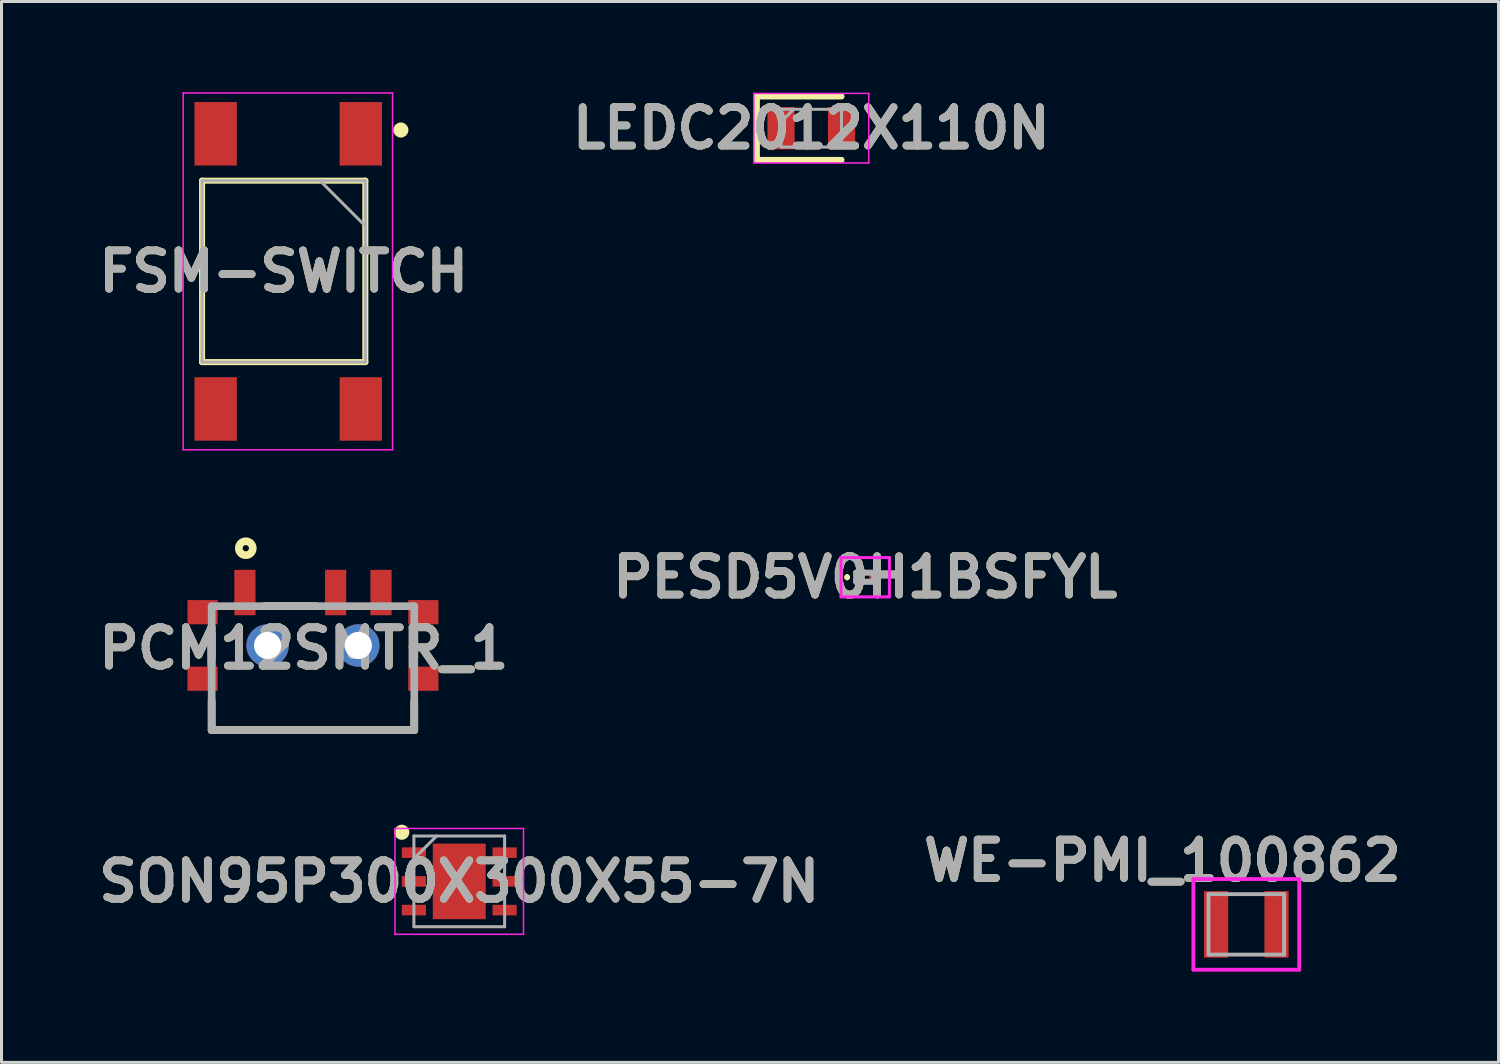
<source format=kicad_pcb>
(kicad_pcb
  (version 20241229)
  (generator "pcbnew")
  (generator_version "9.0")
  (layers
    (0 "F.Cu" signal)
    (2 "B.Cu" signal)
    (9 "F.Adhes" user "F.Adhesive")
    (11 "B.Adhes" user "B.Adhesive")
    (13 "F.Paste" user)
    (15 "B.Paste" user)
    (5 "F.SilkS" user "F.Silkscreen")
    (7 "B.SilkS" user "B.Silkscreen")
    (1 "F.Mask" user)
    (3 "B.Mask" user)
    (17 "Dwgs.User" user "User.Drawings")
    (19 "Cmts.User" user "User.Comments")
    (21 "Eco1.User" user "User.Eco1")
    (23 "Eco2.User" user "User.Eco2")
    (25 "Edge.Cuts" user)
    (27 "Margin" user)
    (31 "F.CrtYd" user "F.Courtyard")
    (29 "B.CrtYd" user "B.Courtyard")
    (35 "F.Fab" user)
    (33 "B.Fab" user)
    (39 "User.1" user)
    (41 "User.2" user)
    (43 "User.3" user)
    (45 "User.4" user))
  (footprint "SON95P300X300X55-7N"
    (layer "F.Cu")
    (at 12.138 26.098)
    (property "Reference" "SON95P300X300X55-7N" (at 0 0 0) (layer "F.SilkS") (effects (font (size 1.27 1.27) (thickness 0.254))))
    (attr smd)
    (fp_circle (center -1.9 -1.625) (end -1.9 -1.5) (stroke (width 0.25) (type solid)) (fill no) (layer "F.SilkS"))
    (fp_line (start -2.125 -1.75) (end 2.125 -1.75) (stroke (width 0.05) (type solid)) (layer "F.CrtYd"))
    (fp_line (start -2.125 1.75) (end -2.125 -1.75) (stroke (width 0.05) (type solid)) (layer "F.CrtYd"))
    (fp_line (start 2.125 -1.75) (end 2.125 1.75) (stroke (width 0.05) (type solid)) (layer "F.CrtYd"))
    (fp_line (start 2.125 1.75) (end -2.125 1.75) (stroke (width 0.05) (type solid)) (layer "F.CrtYd"))
    (fp_line (start -1.5 -1.5) (end 1.5 -1.5) (stroke (width 0.1) (type solid)) (layer "F.Fab"))
    (fp_line (start -1.5 -0.75) (end -0.75 -1.5) (stroke (width 0.1) (type solid)) (layer "F.Fab"))
    (fp_line (start -1.5 1.5) (end -1.5 -1.5) (stroke (width 0.1) (type solid)) (layer "F.Fab"))
    (fp_line (start 1.5 -1.5) (end 1.5 1.5) (stroke (width 0.1) (type solid)) (layer "F.Fab"))
    (fp_line (start 1.5 1.5) (end -1.5 1.5) (stroke (width 0.1) (type solid)) (layer "F.Fab"))
    (fp_text user "${REFERENCE}" (at 0 0 0) (layer "F.Fab") (effects (font (size 1.27 1.27) (thickness 0.254))))
    (pad "1" smd rect (at -1.5 -0.95 90) (size 0.35 0.8) (layers "F.Cu" "F.Mask" "F.Paste"))
    (pad "2" smd rect (at -1.5 0 90) (size 0.35 0.8) (layers "F.Cu" "F.Mask" "F.Paste"))
    (pad "3" smd rect (at -1.5 0.95 90) (size 0.35 0.8) (layers "F.Cu" "F.Mask" "F.Paste"))
    (pad "4" smd rect (at 1.5 0.95 90) (size 0.35 0.8) (layers "F.Cu" "F.Mask" "F.Paste"))
    (pad "5" smd rect (at 1.5 0 90) (size 0.35 0.8) (layers "F.Cu" "F.Mask" "F.Paste"))
    (pad "6" smd rect (at 1.5 -0.95 90) (size 0.35 0.8) (layers "F.Cu" "F.Mask" "F.Paste"))
    (pad "7" smd rect (at 0 0) (size 1.75 2.5) (layers "F.Cu" "F.Mask" "F.Paste")))
  (footprint "LEDC2012X110N"
    (layer "F.Cu")
    (at 23.78 1.189)
    (property "Reference" "LEDC2012X110N" (at 0 0 0) (layer "F.SilkS") (effects (font (size 1.27 1.27) (thickness 0.254))))
    (attr smd)
    (fp_line (start -1.8 -1.05) (end -1.8 1.05) (stroke (width 0.2) (type solid)) (layer "F.SilkS"))
    (fp_line (start -1.8 1.05) (end 1 1.05) (stroke (width 0.2) (type solid)) (layer "F.SilkS"))
    (fp_line (start 1 -1.05) (end -1.8 -1.05) (stroke (width 0.2) (type solid)) (layer "F.SilkS"))
    (fp_line (start -1.9 -1.15) (end 1.9 -1.15) (stroke (width 0.05) (type solid)) (layer "F.CrtYd"))
    (fp_line (start -1.9 1.15) (end -1.9 -1.15) (stroke (width 0.05) (type solid)) (layer "F.CrtYd"))
    (fp_line (start 1.9 -1.15) (end 1.9 1.15) (stroke (width 0.05) (type solid)) (layer "F.CrtYd"))
    (fp_line (start 1.9 1.15) (end -1.9 1.15) (stroke (width 0.05) (type solid)) (layer "F.CrtYd"))
    (fp_line (start -1 -0.625) (end 1 -0.625) (stroke (width 0.1) (type solid)) (layer "F.Fab"))
    (fp_line (start -1 -0.208) (end -0.583 -0.625) (stroke (width 0.1) (type solid)) (layer "F.Fab"))
    (fp_line (start -1 0.625) (end -1 -0.625) (stroke (width 0.1) (type solid)) (layer "F.Fab"))
    (fp_line (start 1 -0.625) (end 1 0.625) (stroke (width 0.1) (type solid)) (layer "F.Fab"))
    (fp_line (start 1 0.625) (end -1 0.625) (stroke (width 0.1) (type solid)) (layer "F.Fab"))
    (fp_text user "${REFERENCE}" (at 0 0 0) (layer "F.Fab") (effects (font (size 1.27 1.27) (thickness 0.254))))
    (pad "1" smd rect (at -1 0) (size 0.9 1.4) (layers "F.Cu" "F.Mask" "F.Paste"))
    (pad "2" smd rect (at 1 0) (size 0.9 1.4) (layers "F.Cu" "F.Mask" "F.Paste")))
  (footprint "WE-PMI_100862"
    (layer "F.Cu")
    (at 38.166 27.52)
    (property "Reference" "WE-PMI_100862" (at -2.775 -2.108 0) (layer "F.SilkS") (effects (font (size 1.27 1.27) (thickness 0.254))))
    (attr smd)
    (fp_line (start -1.75 -1.5) (end -1.75 1.5) (stroke (width 0.127) (type solid)) (layer "F.CrtYd"))
    (fp_line (start -1.75 1.5) (end 1.75 1.5) (stroke (width 0.127) (type solid)) (layer "F.CrtYd"))
    (fp_line (start 1.75 -1.5) (end -1.75 -1.5) (stroke (width 0.127) (type solid)) (layer "F.CrtYd"))
    (fp_line (start 1.75 1.5) (end 1.75 -1.5) (stroke (width 0.127) (type solid)) (layer "F.CrtYd"))
    (fp_line (start -1.25 -1) (end -1.25 1) (stroke (width 0.127) (type solid)) (layer "F.Fab"))
    (fp_line (start -1.25 1) (end 1.25 1) (stroke (width 0.127) (type solid)) (layer "F.Fab"))
    (fp_line (start 1.25 -1) (end -1.25 -1) (stroke (width 0.127) (type solid)) (layer "F.Fab"))
    (fp_line (start 1.25 1) (end 1.25 -1) (stroke (width 0.127) (type solid)) (layer "F.Fab"))
    (fp_text user "${REFERENCE}" (at -2.775 -2.108 0) (layer "F.Fab") (effects (font (size 1.27 1.27) (thickness 0.254))))
    (pad "1" smd rect (at -1 0) (size 0.8 2.2) (layers "F.Cu" "F.Mask" "F.Paste"))
    (pad "2" smd rect (at 1 0) (size 0.8 2.2) (layers "F.Cu" "F.Mask" "F.Paste")))
  (footprint "FSM-SWITCH"
    (layer "F.Cu")
    (at 6.332 5.925)
    (property "Reference" "FSM-SWITCH" (at 0 0 0) (layer "F.SilkS") (effects (font (size 1.27 1.27) (thickness 0.254))))
    (attr smd)
    (fp_line (start -2.7 -3) (end 2.7 -3) (stroke (width 0.2) (type solid)) (layer "F.SilkS"))
    (fp_line (start -2.7 3) (end -2.7 -3) (stroke (width 0.2) (type solid)) (layer "F.SilkS"))
    (fp_line (start 2.7 -3) (end 2.7 3) (stroke (width 0.2) (type solid)) (layer "F.SilkS"))
    (fp_line (start 2.7 3) (end -2.7 3) (stroke (width 0.2) (type solid)) (layer "F.SilkS"))
    (fp_circle (center 3.875 -4.675) (end 3.875 -4.55) (stroke (width 0.25) (type solid)) (fill no) (layer "F.SilkS"))
    (fp_line (start -3.325 -5.9) (end 3.6 -5.9) (stroke (width 0.05) (type solid)) (layer "F.CrtYd"))
    (fp_line (start -3.325 5.9) (end -3.325 -5.9) (stroke (width 0.05) (type solid)) (layer "F.CrtYd"))
    (fp_line (start 3.6 -5.9) (end 3.6 5.9) (stroke (width 0.05) (type solid)) (layer "F.CrtYd"))
    (fp_line (start 3.6 5.9) (end -3.325 5.9) (stroke (width 0.05) (type solid)) (layer "F.CrtYd"))
    (fp_line (start -2.7 -3) (end 2.7 -3) (stroke (width 0.1) (type solid)) (layer "F.Fab"))
    (fp_line (start -2.7 3) (end -2.7 -3) (stroke (width 0.1) (type solid)) (layer "F.Fab"))
    (fp_line (start 2.625 -1.575) (end 1.275 -2.925) (stroke (width 0.1) (type solid)) (layer "F.Fab"))
    (fp_line (start 2.7 -3) (end 2.7 3) (stroke (width 0.1) (type solid)) (layer "F.Fab"))
    (fp_line (start 2.7 3) (end -2.7 3) (stroke (width 0.1) (type solid)) (layer "F.Fab"))
    (fp_text user "${REFERENCE}" (at 0 0 0) (layer "F.Fab") (effects (font (size 1.27 1.27) (thickness 0.254))))
    (pad "1" smd rect (at 2.55 -4.55) (size 1.4 2.1) (layers "F.Cu" "F.Mask" "F.Paste"))
    (pad "2" smd rect (at 2.55 4.55) (size 1.4 2.1) (layers "F.Cu" "F.Mask" "F.Paste"))
    (pad "3" smd rect (at -2.25 -4.55) (size 1.4 2.1) (layers "F.Cu" "F.Mask" "F.Paste"))
    (pad "4" smd rect (at -2.25 4.55) (size 1.4 2.1) (layers "F.Cu" "F.Mask" "F.Paste")))
  (footprint "PESD5V0H1BSFYL"
    (layer "F.Cu")
    (at 25.564 16.039)
    (property "Reference" "PESD5V0H1BSFYL" (at 0 0 0) (layer "F.SilkS") (effects (font (size 1.27 1.27) (thickness 0.254))))
    (attr smd)
    (fp_line (start -0.6 -0.05) (end -0.6 -0.05) (stroke (width 0.1) (type solid)) (layer "F.SilkS"))
    (fp_line (start -0.6 0.05) (end -0.6 0.05) (stroke (width 0.1) (type solid)) (layer "F.SilkS"))
    (fp_arc (start -0.6 -0.05) (mid -0.55 0) (end -0.6 0.05) (stroke (width 0.1) (type solid)) (layer "F.SilkS"))
    (fp_arc (start -0.6 0.05) (mid -0.65 0) (end -0.6 -0.05) (stroke (width 0.1) (type solid)) (layer "F.SilkS"))
    (fp_line (start -0.8 -0.65) (end 0.8 -0.65) (stroke (width 0.1) (type solid)) (layer "F.CrtYd"))
    (fp_line (start -0.8 0.65) (end -0.8 -0.65) (stroke (width 0.1) (type solid)) (layer "F.CrtYd"))
    (fp_line (start 0.8 -0.65) (end 0.8 0.65) (stroke (width 0.1) (type solid)) (layer "F.CrtYd"))
    (fp_line (start 0.8 0.65) (end -0.8 0.65) (stroke (width 0.1) (type solid)) (layer "F.CrtYd"))
    (fp_line (start -0.3 -0.15) (end 0.3 -0.15) (stroke (width 0.2) (type solid)) (layer "F.Fab"))
    (fp_line (start -0.3 0.15) (end -0.3 -0.15) (stroke (width 0.2) (type solid)) (layer "F.Fab"))
    (fp_line (start 0.3 -0.15) (end 0.3 0.15) (stroke (width 0.2) (type solid)) (layer "F.Fab"))
    (fp_line (start 0.3 0.15) (end -0.3 0.15) (stroke (width 0.2) (type solid)) (layer "F.Fab"))
    (fp_text user "${REFERENCE}" (at 0 0 0) (layer "F.Fab") (effects (font (size 1.27 1.27) (thickness 0.254))))
    (pad "1" smd rect (at -0.2 0) (size 0.14 0.24) (layers "F.Cu" "F.Mask" "F.Paste"))
    (pad "2" smd rect (at 0.2 0) (size 0.14 0.24) (layers "F.Cu" "F.Mask" "F.Paste")))
  (footprint "PCM12SMTR_1"
    (layer "F.Cu")
    (at 7.3 18.296)
    (property "Reference" "PCM12SMTR_1" (at -0.303 0.094 0) (layer "F.SilkS") (effects (font (size 1.27 1.27) (thickness 0.254))))
    (attr through_hole)
    (fp_line (start -3.35 -0.4) (end -3.35 0.4) (stroke (width 0.254) (type solid)) (layer "F.SilkS"))
    (fp_line (start -3.35 2.8) (end -3.35 1.835) (stroke (width 0.254) (type solid)) (layer "F.SilkS"))
    (fp_line (start -3.35 2.8) (end 3.35 2.8) (stroke (width 0.254) (type solid)) (layer "F.SilkS"))
    (fp_line (start -1.6 -1.3) (end 0.1 -1.3) (stroke (width 0.254) (type solid)) (layer "F.SilkS"))
    (fp_line (start 3.35 -0.4) (end 3.35 0.4) (stroke (width 0.254) (type solid)) (layer "F.SilkS"))
    (fp_line (start 3.35 2.8) (end 3.35 1.864) (stroke (width 0.254) (type solid)) (layer "F.SilkS"))
    (fp_circle (center -2.221 -3.216) (end -2.221 -3.112) (stroke (width 0.254) (type solid)) (fill no) (layer "F.SilkS"))
    (fp_line (start -3.35 -1.3) (end 3.35 -1.3) (stroke (width 0.254) (type solid)) (layer "F.Fab"))
    (fp_line (start -3.35 2.8) (end -3.35 -1.3) (stroke (width 0.254) (type solid)) (layer "F.Fab"))
    (fp_line (start 3.35 -1.3) (end 3.35 2.8) (stroke (width 0.254) (type solid)) (layer "F.Fab"))
    (fp_line (start 3.35 2.8) (end -3.35 2.8) (stroke (width 0.254) (type solid)) (layer "F.Fab"))
    (fp_text user "${REFERENCE}" (at -0.303 0.094 0) (layer "F.Fab") (effects (font (size 1.27 1.27) (thickness 0.254))))
    (pad "1" smd rect (at -2.25 -1.75) (size 0.7 1.5) (layers "F.Cu" "F.Mask" "F.Paste"))
    (pad "2" smd rect (at 0.75 -1.75) (size 0.7 1.5) (layers "F.Cu" "F.Mask" "F.Paste"))
    (pad "3" smd rect (at 2.25 -1.75) (size 0.7 1.5) (layers "F.Cu" "F.Mask" "F.Paste"))
    (pad "4" smd rect (at -3.65 -1.1 90) (size 0.8 1) (layers "F.Cu" "F.Mask" "F.Paste"))
    (pad "5" smd rect (at -3.65 1.1 90) (size 0.8 1) (layers "F.Cu" "F.Mask" "F.Paste"))
    (pad "6" smd rect (at 3.65 -1.1 90) (size 0.8 1) (layers "F.Cu" "F.Mask" "F.Paste"))
    (pad "7" smd rect (at 3.65 1.1 90) (size 0.8 1) (layers "F.Cu" "F.Mask" "F.Paste"))
    (pad "8" thru_hole circle (at -1.5 0) (size 1.4 1.4) (drill 0.9) (layers "*.Cu" "*.Mask"))
    (pad "9" thru_hole circle (at 1.5 0) (size 1.4 1.4) (drill 0.9) (layers "*.Cu" "*.Mask")))
  (gr_rect
    (start -3 -3)
    (end 46.507 32.083)
    (stroke (width 0.1) (type default))
    (fill no)
    (layer "Edge.Cuts")))
</source>
